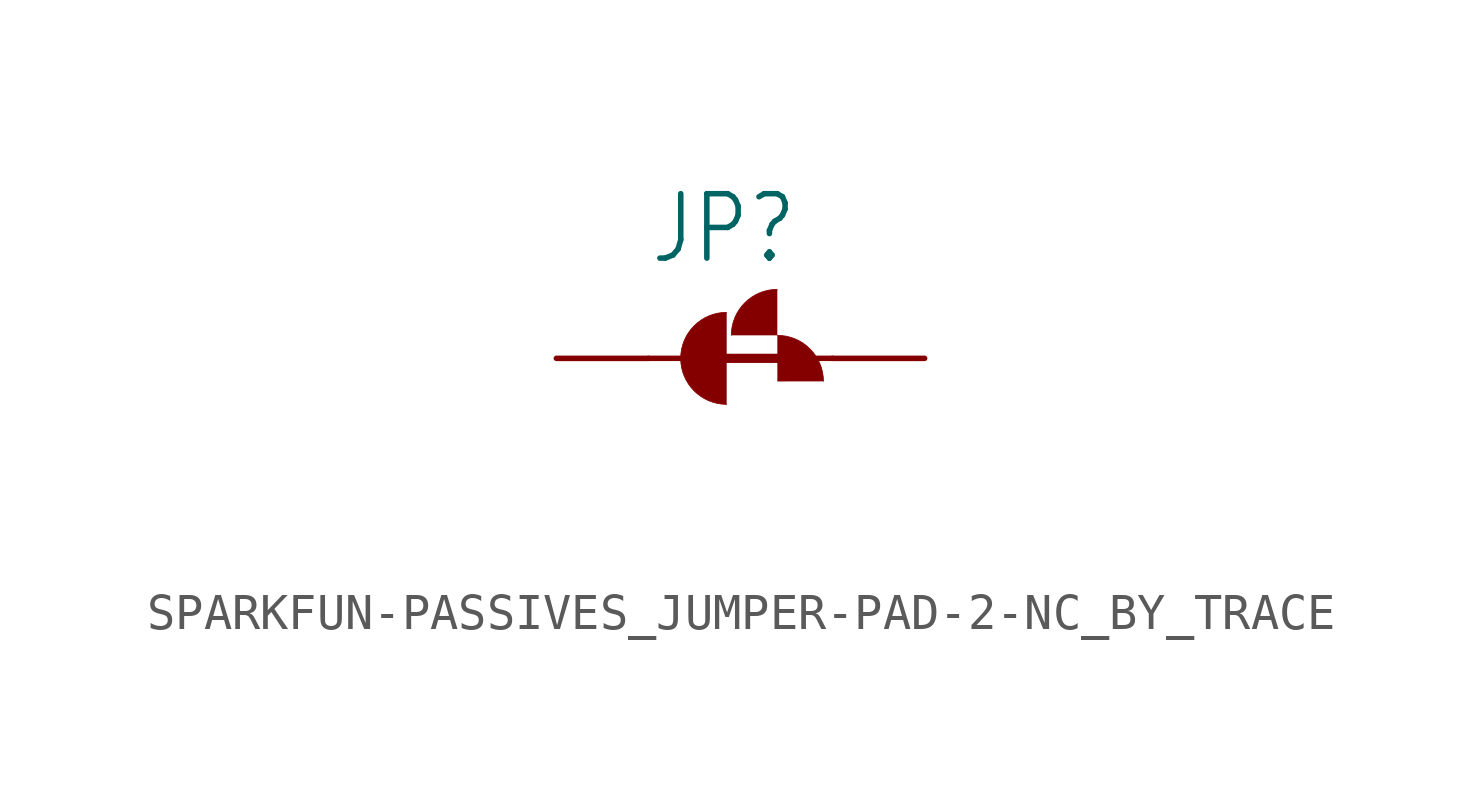
<source format=kicad_sym>
(kicad_symbol_lib
  (version 20241209)
  (generator "kicad_symbol_editor")
  (generator_version "9.0")
  (symbol "SPARKFUN-PASSIVES_JUMPER-PAD-2-NC_BY_TRACE"
    (property "Reference" "JP"
      (at -2.54 2.54 0)
      (effects (font (size 1.778 1.511)) (justify left bottom)))
    (property "Value" ""
      (at -2.54 -5.08 0)
      (effects (font (size 1.778 1.511)) (justify left bottom)))
    (property "ki_locked" ""
      (at 0 0 0)
      (effects (font (size 1.27 1.27))))
    (symbol "SPARKFUN-PASSIVES_JUMPER-PAD-2-NC_BY_TRACE_1_0"
      (polyline (pts (xy -2.54 0) (xy -1.651 0)) (stroke (width 0.152) (type solid)) (fill (type none)))
      (polyline (pts (xy -0.762 0) (xy 1.016 0)) (stroke (width 0.254) (type solid)) (fill (type none)))
      (arc (start -0.381 -1.27) (mid -1.651 0) (end -0.381 1.27) (stroke (width 0.0001) (type solid)) (fill (type outline)))
      (arc (start -0.254 0.635) (mid 0.118 1.533) (end 1.016 1.905) (stroke (width 0.0001) (type solid)) (fill (type outline)))
      (arc (start 1.016 0.635) (mid 1.914 0.263) (end 2.286 -0.635) (stroke (width 0.0001) (type solid)) (fill (type outline)))
      (polyline (pts (xy 2.54 0) (xy 1.651 0)) (stroke (width 0.152) (type solid)) (fill (type none)))
      (pin passive line (at -5.08 0 0) (length 2.54) (name "1" (effects (font (size 0 0)))) (number "1" (effects (font (size 0 0)))))
      (pin passive line (at 5.08 0 180) (length 2.54) (name "2" (effects (font (size 0 0)))) (number "2" (effects (font (size 0 0))))))))
</source>
